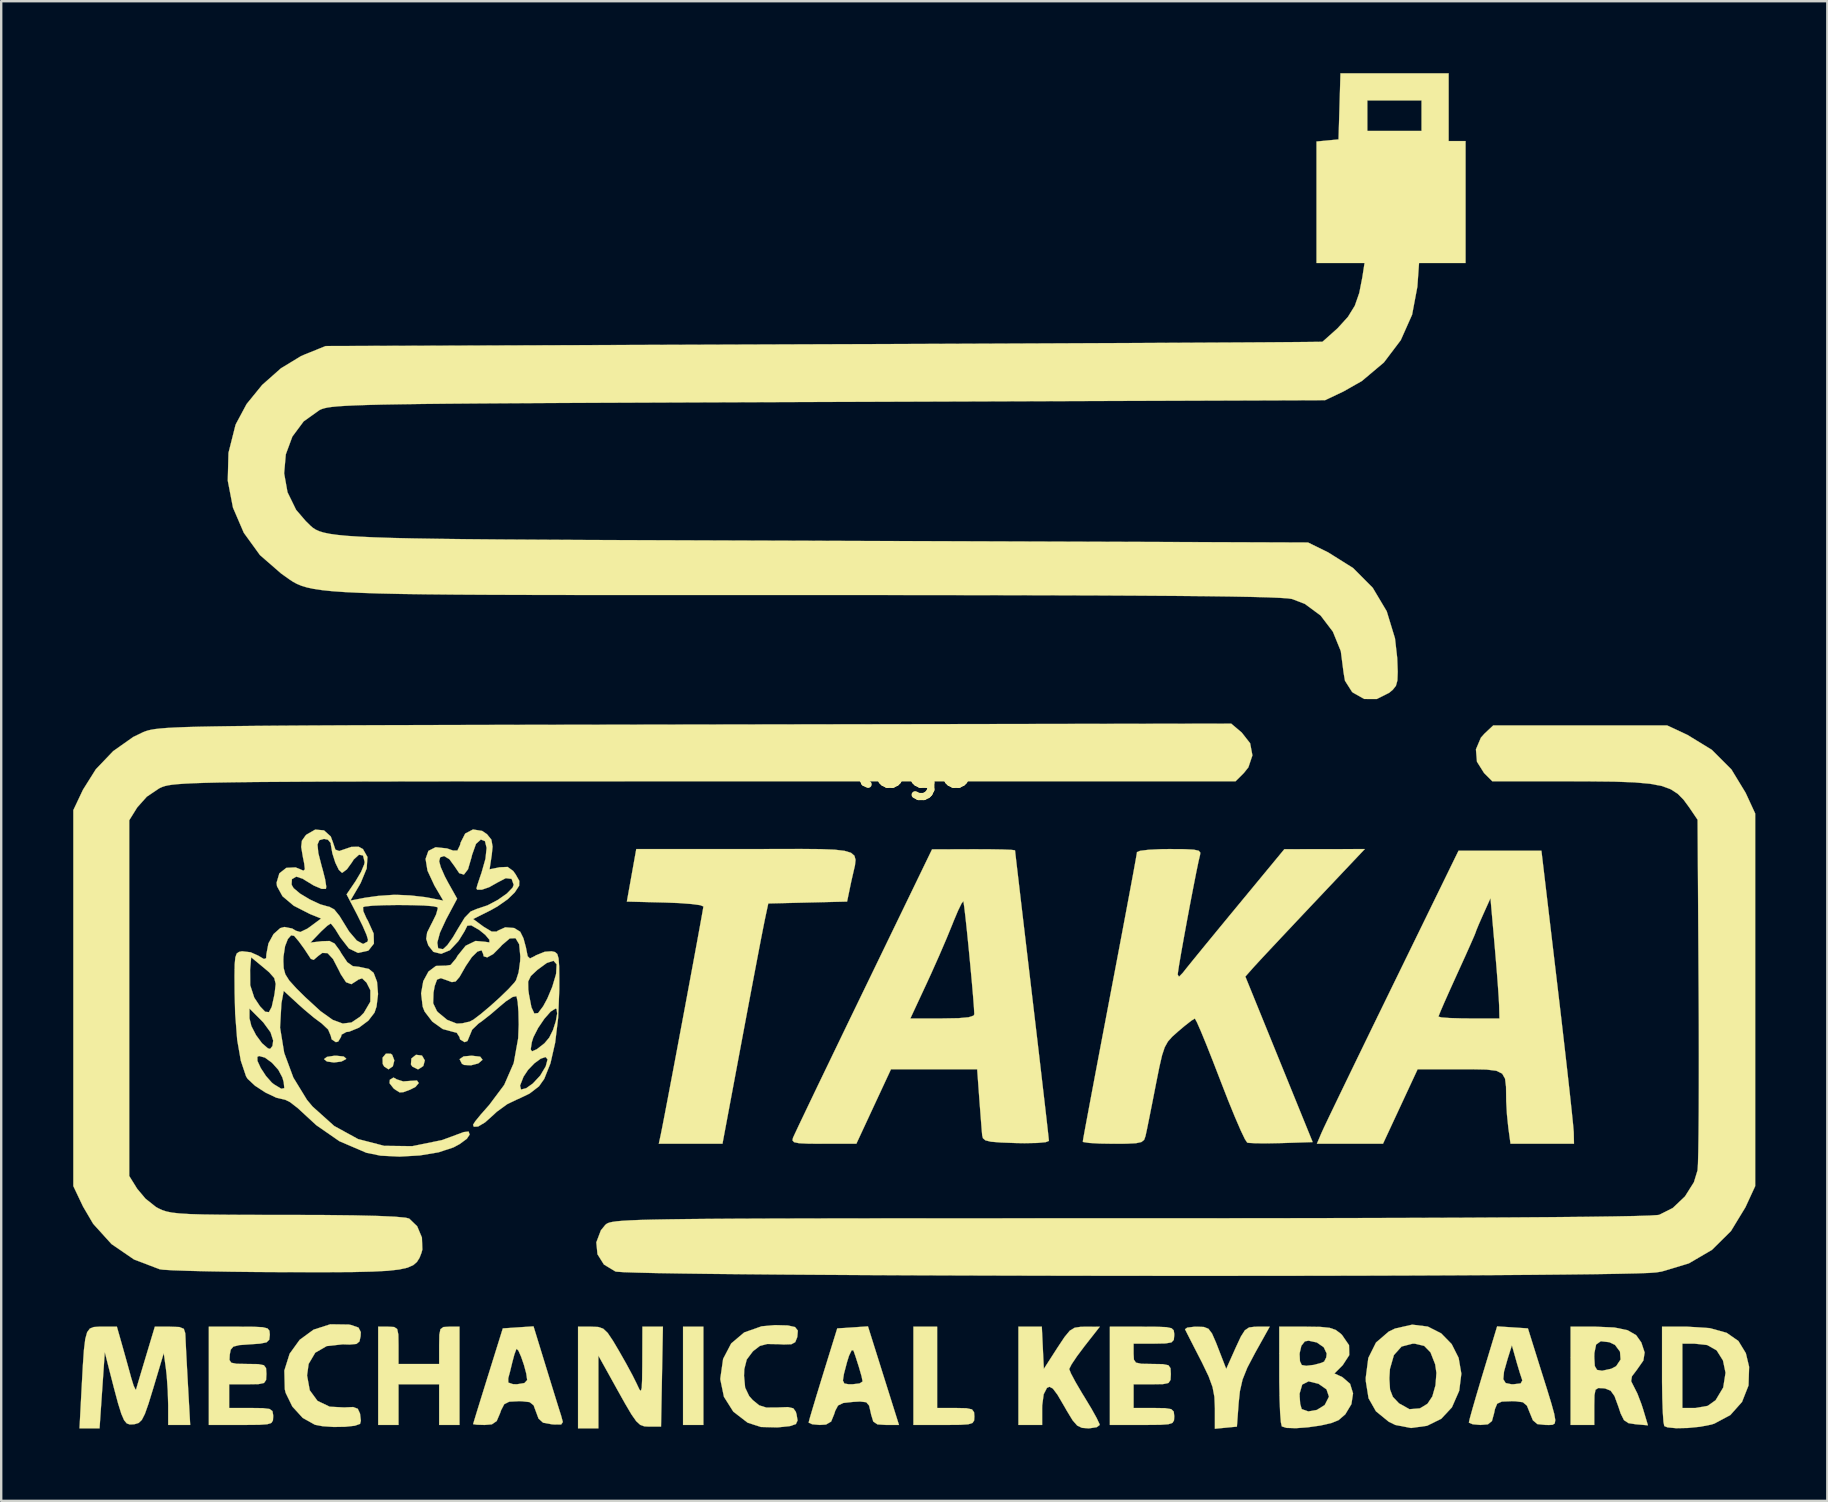
<source format=kicad_pcb>
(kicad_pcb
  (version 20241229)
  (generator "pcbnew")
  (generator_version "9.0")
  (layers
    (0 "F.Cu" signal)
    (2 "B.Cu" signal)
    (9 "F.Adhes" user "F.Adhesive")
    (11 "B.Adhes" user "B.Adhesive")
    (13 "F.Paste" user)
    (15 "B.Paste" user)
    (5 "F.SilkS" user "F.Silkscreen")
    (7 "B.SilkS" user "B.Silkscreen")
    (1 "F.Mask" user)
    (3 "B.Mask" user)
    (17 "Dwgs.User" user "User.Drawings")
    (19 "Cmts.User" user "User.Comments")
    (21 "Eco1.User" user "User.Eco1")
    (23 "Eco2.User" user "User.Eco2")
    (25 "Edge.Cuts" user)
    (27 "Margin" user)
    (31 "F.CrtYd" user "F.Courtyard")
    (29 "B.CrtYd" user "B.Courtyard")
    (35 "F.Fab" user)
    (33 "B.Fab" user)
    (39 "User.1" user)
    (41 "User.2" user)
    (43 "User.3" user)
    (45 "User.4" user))
  (footprint "logo"
    (layer "F.Cu")
    (at 35 28.933)
    (property "Reference" "logo" (at 0 0 0) (layer "F.SilkS") (effects (font (size 1.524 1.524) (thickness 0.3))))
    (attr through_hole)
    (fp_poly (pts (xy -8.749 27.376) (xy -9.596 27.376) (xy -9.596 23.283) (xy -8.749 23.283) (xy -8.749 27.376)) (stroke (width 0.01) (type solid)) (fill yes) (layer "F.SilkS"))
    (fp_poly (pts (xy -20.471 11.988) (xy -20.353 12.189) (xy -20.416 12.424) (xy -20.616 12.556) (xy -20.653 12.559) (xy -20.877 12.445) (xy -20.932 12.358) (xy -20.912 12.109) (xy -20.72 11.957) (xy -20.471 11.988)) (stroke (width 0.01) (type solid)) (fill yes) (layer "F.SilkS"))
    (fp_poly (pts (xy -23.73 12.028) (xy -23.628 12.116) (xy -23.636 12.136) (xy -23.827 12.237) (xy -24.138 12.277) (xy -24.432 12.235) (xy -24.553 12.136) (xy -24.429 12.043) (xy -24.123 11.996) (xy -24.051 11.994) (xy -23.73 12.028)) (stroke (width 0.01) (type solid)) (fill yes) (layer "F.SilkS"))
    (fp_poly (pts (xy -21.77 11.912) (xy -21.712 11.957) (xy -21.623 12.189) (xy -21.685 12.436) (xy -21.861 12.559) (xy -21.872 12.559) (xy -22.046 12.446) (xy -22.107 12.338) (xy -22.113 12.077) (xy -21.973 11.908) (xy -21.77 11.912)) (stroke (width 0.01) (type solid)) (fill yes) (layer "F.SilkS"))
    (fp_poly (pts (xy -18.046 12.035) (xy -17.952 12.157) (xy -17.956 12.171) (xy -18.126 12.316) (xy -18.429 12.395) (xy -18.717 12.38) (xy -18.808 12.33) (xy -18.906 12.137) (xy -18.737 12.024) (xy -18.403 11.994) (xy -18.046 12.035)) (stroke (width 0.01) (type solid)) (fill yes) (layer "F.SilkS"))
    (fp_poly (pts (xy -21.52 12.981) (xy -21.253 13.066) (xy -20.968 13.044) (xy -20.681 13.027) (xy -20.605 13.133) (xy -20.743 13.296) (xy -20.964 13.409) (xy -21.249 13.514) (xy -21.403 13.523) (xy -21.565 13.423) (xy -21.655 13.356) (xy -21.823 13.14) (xy -21.811 12.997) (xy -21.658 12.903) (xy -21.52 12.981)) (stroke (width 0.01) (type solid)) (fill yes) (layer "F.SilkS"))
    (fp_poly (pts (xy 0.988 26.67) (xy 1.764 26.67) (xy 2.208 26.679) (xy 2.44 26.728) (xy 2.527 26.847) (xy 2.54 27.023) (xy 2.53 27.19) (xy 2.463 27.293) (xy 2.286 27.349) (xy 1.944 27.371) (xy 1.382 27.376) (xy 1.27 27.376) (xy 0 27.376) (xy 0 23.283) (xy 0.988 23.283) (xy 0.988 26.67)) (stroke (width 0.01) (type solid)) (fill yes) (layer "F.SilkS"))
    (fp_poly (pts (xy -21.63 23.296) (xy -21.504 23.382) (xy -21.456 23.609) (xy -21.449 24.048) (xy -21.449 24.836) (xy -19.756 24.836) (xy -19.756 24.059) (xy -19.748 23.616) (xy -19.702 23.385) (xy -19.578 23.297) (xy -19.339 23.283) (xy -19.332 23.283) (xy -18.909 23.283) (xy -18.909 27.376) (xy -19.756 27.376) (xy -19.756 25.682) (xy -21.449 25.682) (xy -21.449 27.376) (xy -22.296 27.376) (xy -22.296 23.283) (xy -21.872 23.283) (xy -21.63 23.296)) (stroke (width 0.01) (type solid)) (fill yes) (layer "F.SilkS"))
    (fp_poly (pts (xy -13.129 23.295) (xy -12.923 23.365) (xy -12.736 23.541) (xy -12.512 23.874) (xy -12.275 24.275) (xy -11.971 24.809) (xy -11.7 25.311) (xy -11.515 25.682) (xy -11.498 25.721) (xy -11.409 25.907) (xy -11.352 25.956) (xy -11.318 25.832) (xy -11.302 25.502) (xy -11.295 24.934) (xy -11.294 24.73) (xy -11.289 23.283) (xy -10.435 23.283) (xy -10.513 27.446) (xy -10.997 27.446) (xy -11.207 27.435) (xy -11.378 27.374) (xy -11.546 27.221) (xy -11.747 26.935) (xy -12.017 26.476) (xy -12.302 25.967) (xy -13.123 24.488) (xy -13.123 27.517) (xy -13.97 27.517) (xy -13.97 23.283) (xy -13.412 23.283) (xy -13.129 23.295)) (stroke (width 0.01) (type solid)) (fill yes) (layer "F.SilkS"))
    (fp_poly (pts (xy 14.232 24.377) (xy 13.909 24.991) (xy 13.711 25.485) (xy 13.601 25.969) (xy 13.549 26.458) (xy 13.476 27.446) (xy 13.018 27.49) (xy 12.559 27.535) (xy 12.559 26.676) (xy 12.539 26.208) (xy 12.461 25.797) (xy 12.297 25.349) (xy 12.019 24.77) (xy 11.96 24.656) (xy 11.693 24.136) (xy 11.476 23.711) (xy 11.341 23.444) (xy 11.314 23.389) (xy 11.406 23.322) (xy 11.695 23.286) (xy 11.807 23.283) (xy 12.1 23.295) (xy 12.291 23.37) (xy 12.439 23.567) (xy 12.605 23.945) (xy 12.69 24.163) (xy 13.031 25.042) (xy 13.423 24.163) (xy 13.64 23.697) (xy 13.806 23.434) (xy 13.982 23.315) (xy 14.225 23.284) (xy 14.329 23.283) (xy 14.842 23.283) (xy 14.232 24.377)) (stroke (width 0.01) (type solid)) (fill yes) (layer "F.SilkS"))
    (fp_poly (pts (xy 33.179 23.344) (xy 33.877 23.538) (xy 34.368 23.88) (xy 34.677 24.387) (xy 34.813 24.955) (xy 34.788 25.732) (xy 34.518 26.417) (xy 34.033 26.962) (xy 33.362 27.322) (xy 33.232 27.362) (xy 32.774 27.451) (xy 32.259 27.502) (xy 31.775 27.512) (xy 31.414 27.477) (xy 31.28 27.423) (xy 31.246 27.255) (xy 31.218 26.858) (xy 31.197 26.285) (xy 31.186 25.589) (xy 31.186 25.306) (xy 31.186 23.989) (xy 32.032 23.989) (xy 32.032 26.67) (xy 32.572 26.67) (xy 33.087 26.581) (xy 33.417 26.346) (xy 33.734 25.817) (xy 33.831 25.202) (xy 33.724 24.69) (xy 33.46 24.269) (xy 33.068 24.048) (xy 32.535 23.989) (xy 32.032 23.989) (xy 31.186 23.989) (xy 31.186 23.283) (xy 32.248 23.283) (xy 33.179 23.344)) (stroke (width 0.01) (type solid)) (fill yes) (layer "F.SilkS"))
    (fp_poly (pts (xy -23.518 23.194) (xy -23.419 23.214) (xy -23.116 23.32) (xy -23.02 23.508) (xy -23.028 23.679) (xy -23.075 23.897) (xy -23.2 24.001) (xy -23.48 24.027) (xy -23.777 24.018) (xy -24.441 24.091) (xy -24.918 24.367) (xy -25.193 24.833) (xy -25.259 25.314) (xy -25.146 25.933) (xy -24.823 26.374) (xy -24.314 26.616) (xy -23.716 26.647) (xy -23.337 26.63) (xy -23.146 26.702) (xy -23.055 26.898) (xy -23.05 26.919) (xy -23.017 27.205) (xy -23.052 27.332) (xy -23.269 27.409) (xy -23.667 27.452) (xy -24.148 27.46) (xy -24.611 27.429) (xy -24.93 27.369) (xy -25.439 27.084) (xy -25.872 26.61) (xy -26.15 26.041) (xy -26.186 25.89) (xy -26.205 25.109) (xy -25.985 24.409) (xy -25.566 23.829) (xy -24.988 23.407) (xy -24.292 23.183) (xy -23.518 23.194)) (stroke (width 0.01) (type solid)) (fill yes) (layer "F.SilkS"))
    (fp_poly (pts (xy 5.391 24.162) (xy 5.433 25.041) (xy 5.997 24.163) (xy 6.296 23.713) (xy 6.513 23.45) (xy 6.718 23.326) (xy 6.978 23.287) (xy 7.163 23.285) (xy 7.765 23.283) (xy 7.128 24.095) (xy 6.817 24.51) (xy 6.59 24.848) (xy 6.492 25.042) (xy 6.491 25.051) (xy 6.562 25.23) (xy 6.749 25.582) (xy 7.018 26.041) (xy 7.126 26.216) (xy 7.416 26.697) (xy 7.636 27.092) (xy 7.752 27.338) (xy 7.761 27.377) (xy 7.637 27.47) (xy 7.334 27.516) (xy 7.279 27.517) (xy 7.021 27.497) (xy 6.824 27.403) (xy 6.632 27.183) (xy 6.388 26.782) (xy 6.28 26.592) (xy 6.002 26.118) (xy 5.81 25.862) (xy 5.668 25.786) (xy 5.563 25.833) (xy 5.427 26.096) (xy 5.365 26.563) (xy 5.362 26.687) (xy 5.362 27.376) (xy 4.374 27.376) (xy 4.374 23.283) (xy 5.349 23.283) (xy 5.391 24.162)) (stroke (width 0.01) (type solid)) (fill yes) (layer "F.SilkS"))
    (fp_poly (pts (xy 21.428 23.278) (xy 21.986 23.561) (xy 22.423 24.008) (xy 22.712 24.581) (xy 22.826 25.241) (xy 22.737 25.951) (xy 22.433 26.643) (xy 21.99 27.118) (xy 21.397 27.411) (xy 20.732 27.503) (xy 20.076 27.377) (xy 19.799 27.241) (xy 19.268 26.808) (xy 18.96 26.265) (xy 18.846 25.556) (xy 18.844 25.441) (xy 19.826 25.441) (xy 19.855 25.902) (xy 19.972 26.205) (xy 20.224 26.472) (xy 20.228 26.476) (xy 20.665 26.72) (xy 21.099 26.685) (xy 21.413 26.495) (xy 21.617 26.189) (xy 21.749 25.722) (xy 21.787 25.208) (xy 21.735 24.849) (xy 21.54 24.352) (xy 21.278 24.083) (xy 20.891 23.991) (xy 20.8 23.989) (xy 20.335 24.11) (xy 20.016 24.466) (xy 19.85 25.045) (xy 19.826 25.441) (xy 18.844 25.441) (xy 18.843 25.409) (xy 18.95 24.585) (xy 19.27 23.943) (xy 19.8 23.487) (xy 20.064 23.36) (xy 20.779 23.198) (xy 21.428 23.278)) (stroke (width 0.01) (type solid)) (fill yes) (layer "F.SilkS"))
    (fp_poly (pts (xy -5.232 23.231) (xy -4.931 23.298) (xy -4.815 23.445) (xy -4.836 23.699) (xy -4.845 23.735) (xy -4.923 23.927) (xy -5.082 24.014) (xy -5.403 24.024) (xy -5.631 24.011) (xy -6.093 24.004) (xy -6.396 24.084) (xy -6.661 24.288) (xy -6.696 24.322) (xy -6.943 24.651) (xy -7.045 25.053) (xy -7.056 25.329) (xy -7.01 25.82) (xy -6.843 26.17) (xy -6.696 26.337) (xy -6.424 26.559) (xy -6.127 26.652) (xy -5.683 26.651) (xy -5.644 26.648) (xy -5.225 26.632) (xy -5.004 26.682) (xy -4.899 26.827) (xy -4.868 26.934) (xy -4.826 27.189) (xy -4.895 27.339) (xy -5.131 27.421) (xy -5.586 27.471) (xy -5.68 27.478) (xy -6.356 27.461) (xy -6.901 27.283) (xy -6.912 27.278) (xy -7.503 26.822) (xy -7.893 26.204) (xy -8.043 25.483) (xy -8.043 25.436) (xy -7.927 24.624) (xy -7.591 23.981) (xy -7.05 23.523) (xy -6.324 23.267) (xy -5.766 23.217) (xy -5.232 23.231)) (stroke (width 0.01) (type solid)) (fill yes) (layer "F.SilkS"))
    (fp_poly (pts (xy 10.146 23.286) (xy 10.538 23.302) (xy 10.753 23.347) (xy 10.844 23.434) (xy 10.865 23.576) (xy 10.866 23.636) (xy 10.848 23.832) (xy 10.75 23.937) (xy 10.505 23.98) (xy 10.049 23.989) (xy 10.019 23.989) (xy 9.172 23.989) (xy 9.172 24.412) (xy 9.185 24.654) (xy 9.271 24.78) (xy 9.498 24.828) (xy 9.936 24.836) (xy 9.948 24.836) (xy 10.392 24.843) (xy 10.623 24.889) (xy 10.711 25.013) (xy 10.724 25.252) (xy 10.724 25.259) (xy 10.711 25.501) (xy 10.626 25.627) (xy 10.399 25.675) (xy 9.96 25.682) (xy 9.172 25.682) (xy 9.172 26.67) (xy 10.019 26.67) (xy 10.488 26.677) (xy 10.741 26.718) (xy 10.845 26.82) (xy 10.866 27.01) (xy 10.866 27.023) (xy 10.856 27.186) (xy 10.793 27.289) (xy 10.623 27.346) (xy 10.294 27.37) (xy 9.752 27.375) (xy 9.525 27.376) (xy 8.184 27.376) (xy 8.184 23.283) (xy 9.525 23.283) (xy 10.146 23.286)) (stroke (width 0.01) (type solid)) (fill yes) (layer "F.SilkS"))
    (fp_poly (pts (xy -27.48 23.286) (xy -27.107 23.305) (xy -26.907 23.354) (xy -26.827 23.449) (xy -26.811 23.604) (xy -26.811 23.629) (xy -26.834 23.825) (xy -26.946 23.935) (xy -27.215 23.989) (xy -27.622 24.017) (xy -28.081 24.05) (xy -28.33 24.113) (xy -28.439 24.241) (xy -28.479 24.448) (xy -28.49 24.668) (xy -28.417 24.784) (xy -28.192 24.828) (xy -27.753 24.836) (xy -27.738 24.836) (xy -27.291 24.842) (xy -27.057 24.888) (xy -26.967 25.009) (xy -26.952 25.243) (xy -26.952 25.259) (xy -26.965 25.501) (xy -27.051 25.627) (xy -27.278 25.675) (xy -27.716 25.682) (xy -28.504 25.682) (xy -28.504 26.67) (xy -27.587 26.67) (xy -27.094 26.676) (xy -26.82 26.711) (xy -26.7 26.799) (xy -26.671 26.965) (xy -26.67 27.023) (xy -26.679 27.186) (xy -26.742 27.289) (xy -26.912 27.346) (xy -27.242 27.37) (xy -27.784 27.375) (xy -28.011 27.376) (xy -29.351 27.376) (xy -29.351 23.283) (xy -28.081 23.283) (xy -27.48 23.286)) (stroke (width 0.01) (type solid)) (fill yes) (layer "F.SilkS"))
    (fp_poly (pts (xy -3.874 3.389) (xy -3.282 3.412) (xy -2.866 3.461) (xy -2.6 3.542) (xy -2.457 3.664) (xy -2.41 3.835) (xy -2.434 4.064) (xy -2.502 4.357) (xy -2.586 4.724) (xy -2.587 4.727) (xy -2.763 5.574) (xy -6.046 5.653) (xy -6.188 6.319) (xy -6.249 6.623) (xy -6.355 7.164) (xy -6.496 7.902) (xy -6.666 8.796) (xy -6.857 9.807) (xy -7.061 10.893) (xy -7.142 11.324) (xy -7.954 15.663) (xy -10.606 15.663) (xy -10.523 15.275) (xy -10.462 14.969) (xy -10.361 14.449) (xy -10.228 13.753) (xy -10.07 12.922) (xy -9.895 11.995) (xy -9.711 11.011) (xy -9.523 10.009) (xy -9.341 9.028) (xy -9.17 8.108) (xy -9.019 7.289) (xy -8.895 6.609) (xy -8.804 6.107) (xy -8.755 5.824) (xy -8.749 5.777) (xy -8.881 5.724) (xy -9.238 5.676) (xy -9.766 5.636) (xy -10.343 5.614) (xy -11.937 5.574) (xy -11.545 3.387) (xy -6.972 3.387) (xy -5.693 3.384) (xy -4.669 3.382) (xy -3.874 3.389)) (stroke (width 0.01) (type solid)) (fill yes) (layer "F.SilkS"))
    (fp_poly (pts (xy -1.247 25.323) (xy -0.601 27.376) (xy -1.141 27.376) (xy -1.498 27.353) (xy -1.672 27.235) (xy -1.762 26.942) (xy -1.775 26.875) (xy -1.846 26.57) (xy -1.966 26.43) (xy -2.222 26.4) (xy -2.517 26.416) (xy -2.923 26.461) (xy -3.139 26.566) (xy -3.258 26.79) (xy -3.297 26.917) (xy -3.427 27.235) (xy -3.64 27.359) (xy -3.901 27.376) (xy -4.216 27.348) (xy -4.362 27.281) (xy -4.363 27.27) (xy -4.32 27.103) (xy -4.207 26.719) (xy -4.042 26.169) (xy -3.845 25.526) (xy -2.937 25.526) (xy -2.877 25.649) (xy -2.702 25.681) (xy -2.54 25.682) (xy -2.243 25.647) (xy -2.117 25.564) (xy -2.117 25.562) (xy -2.159 25.352) (xy -2.269 24.969) (xy -2.416 24.51) (xy -2.5 24.271) (xy -2.574 24.267) (xy -2.683 24.495) (xy -2.767 24.765) (xy -2.895 25.252) (xy -2.937 25.526) (xy -3.845 25.526) (xy -3.838 25.504) (xy -3.763 25.259) (xy -3.173 23.354) (xy -1.893 23.27) (xy -1.247 25.323)) (stroke (width 0.01) (type solid)) (fill yes) (layer "F.SilkS"))
    (fp_poly (pts (xy 29.202 23.317) (xy 29.747 23.429) (xy 30.107 23.636) (xy 30.323 23.941) (xy 30.461 24.358) (xy 30.408 24.693) (xy 30.144 25.07) (xy 30.144 25.07) (xy 29.931 25.352) (xy 29.899 25.554) (xy 30.001 25.756) (xy 30.159 26.069) (xy 30.33 26.516) (xy 30.397 26.722) (xy 30.598 27.391) (xy 30.091 27.348) (xy 29.786 27.301) (xy 29.6 27.176) (xy 29.462 26.9) (xy 29.362 26.599) (xy 29.205 26.172) (xy 29.044 25.949) (xy 28.821 25.859) (xy 28.751 25.849) (xy 28.531 25.838) (xy 28.415 25.911) (xy 28.371 26.135) (xy 28.363 26.575) (xy 28.363 26.59) (xy 28.363 27.376) (xy 27.376 27.376) (xy 27.376 24.562) (xy 28.363 24.562) (xy 28.385 24.923) (xy 28.479 25.083) (xy 28.689 25.118) (xy 29.071 25.035) (xy 29.274 24.928) (xy 29.459 24.65) (xy 29.434 24.322) (xy 29.226 24.042) (xy 28.993 23.93) (xy 28.635 23.889) (xy 28.44 24.025) (xy 28.368 24.378) (xy 28.363 24.562) (xy 27.376 24.562) (xy 27.376 23.283) (xy 28.427 23.283) (xy 29.202 23.317)) (stroke (width 0.01) (type solid)) (fill yes) (layer "F.SilkS"))
    (fp_poly (pts (xy 24.957 23.312) (xy 25.599 23.354) (xy 26.121 25.022) (xy 26.389 25.872) (xy 26.578 26.49) (xy 26.694 26.911) (xy 26.739 27.173) (xy 26.716 27.313) (xy 26.628 27.369) (xy 26.48 27.378) (xy 26.331 27.376) (xy 25.993 27.341) (xy 25.806 27.183) (xy 25.682 26.882) (xy 25.557 26.573) (xy 25.388 26.43) (xy 25.075 26.389) (xy 24.902 26.388) (xy 24.514 26.403) (xy 24.319 26.49) (xy 24.226 26.712) (xy 24.191 26.882) (xy 24.1 27.214) (xy 23.933 27.35) (xy 23.62 27.376) (xy 23.299 27.348) (xy 23.143 27.281) (xy 23.14 27.27) (xy 23.178 27.104) (xy 23.284 26.719) (xy 23.444 26.166) (xy 23.643 25.496) (xy 23.65 25.472) (xy 24.573 25.472) (xy 24.673 25.631) (xy 24.914 25.681) (xy 24.992 25.682) (xy 25.295 25.646) (xy 25.365 25.523) (xy 25.352 25.479) (xy 25.267 25.223) (xy 25.147 24.824) (xy 25.103 24.668) (xy 24.931 24.059) (xy 24.753 24.624) (xy 24.603 25.153) (xy 24.573 25.472) (xy 23.65 25.472) (xy 23.727 25.217) (xy 24.316 23.27) (xy 24.957 23.312)) (stroke (width 0.01) (type solid)) (fill yes) (layer "F.SilkS"))
    (fp_poly (pts (xy -15.313 24.934) (xy -15.103 25.617) (xy -14.912 26.234) (xy -14.761 26.719) (xy -14.673 26.996) (xy -14.604 27.254) (xy -14.672 27.356) (xy -14.941 27.358) (xy -15.064 27.349) (xy -15.426 27.283) (xy -15.616 27.112) (xy -15.715 26.846) (xy -15.822 26.557) (xy -15.99 26.425) (xy -16.313 26.389) (xy -16.449 26.388) (xy -16.836 26.407) (xy -17.044 26.51) (xy -17.175 26.762) (xy -17.216 26.882) (xy -17.359 27.214) (xy -17.56 27.351) (xy -17.861 27.376) (xy -18.183 27.367) (xy -18.338 27.344) (xy -18.341 27.34) (xy -18.3 27.201) (xy -18.19 26.84) (xy -18.025 26.306) (xy -17.82 25.647) (xy -17.754 25.435) (xy -16.879 25.435) (xy -16.875 25.611) (xy -16.679 25.677) (xy -16.52 25.682) (xy -16.205 25.631) (xy -16.089 25.506) (xy -16.128 25.234) (xy -16.222 24.882) (xy -16.341 24.536) (xy -16.454 24.282) (xy -16.532 24.205) (xy -16.538 24.212) (xy -16.621 24.434) (xy -16.709 24.765) (xy -16.804 25.156) (xy -16.879 25.435) (xy -17.754 25.435) (xy -17.721 25.329) (xy -17.105 23.354) (xy -16.465 23.311) (xy -15.825 23.269) (xy -15.313 24.934)) (stroke (width 0.01) (type solid)) (fill yes) (layer "F.SilkS"))
    (fp_poly (pts (xy -32.97 24.024) (xy -32.809 24.598) (xy -32.646 25.186) (xy -32.588 25.4) (xy -32.483 25.741) (xy -32.403 25.904) (xy -32.38 25.894) (xy -32.325 25.703) (xy -32.209 25.312) (xy -32.052 24.788) (xy -31.971 24.518) (xy -31.6 23.283) (xy -30.969 23.283) (xy -30.579 23.297) (xy -30.393 23.371) (xy -30.333 23.552) (xy -30.326 23.671) (xy -30.313 23.965) (xy -30.288 24.467) (xy -30.254 25.103) (xy -30.22 25.718) (xy -30.127 27.376) (xy -30.586 27.376) (xy -31.044 27.376) (xy -31.044 26.549) (xy -31.062 25.944) (xy -31.105 25.327) (xy -31.136 25.052) (xy -31.228 24.383) (xy -31.665 25.844) (xy -31.864 26.492) (xy -32.014 26.916) (xy -32.142 27.167) (xy -32.274 27.293) (xy -32.437 27.343) (xy -32.484 27.349) (xy -32.643 27.356) (xy -32.769 27.312) (xy -32.881 27.178) (xy -32.995 26.916) (xy -33.129 26.488) (xy -33.298 25.858) (xy -33.488 25.118) (xy -33.685 24.342) (xy -33.794 25.929) (xy -33.903 27.517) (xy -34.738 27.517) (xy -34.647 25.788) (xy -34.598 24.893) (xy -34.553 24.242) (xy -34.498 23.795) (xy -34.421 23.515) (xy -34.307 23.361) (xy -34.145 23.297) (xy -33.92 23.283) (xy -33.795 23.283) (xy -33.181 23.283) (xy -32.97 24.024)) (stroke (width 0.01) (type solid)) (fill yes) (layer "F.SilkS"))
    (fp_poly (pts (xy 16.959 23.292) (xy 17.339 23.331) (xy 17.592 23.418) (xy 17.797 23.571) (xy 17.857 23.63) (xy 18.147 24.053) (xy 18.156 24.468) (xy 17.884 24.886) (xy 17.871 24.899) (xy 17.538 25.232) (xy 17.867 25.382) (xy 18.19 25.66) (xy 18.314 26.06) (xy 18.246 26.509) (xy 17.991 26.934) (xy 17.711 27.176) (xy 17.411 27.297) (xy 16.957 27.4) (xy 16.437 27.474) (xy 15.936 27.511) (xy 15.542 27.499) (xy 15.346 27.437) (xy 15.308 27.264) (xy 15.276 26.862) (xy 15.253 26.285) (xy 15.251 26.148) (xy 16.087 26.148) (xy 16.112 26.498) (xy 16.174 26.71) (xy 16.181 26.717) (xy 16.45 26.813) (xy 16.807 26.75) (xy 17.122 26.554) (xy 17.14 26.534) (xy 17.311 26.198) (xy 17.208 25.894) (xy 16.876 25.662) (xy 16.461 25.56) (xy 16.196 25.695) (xy 16.089 26.064) (xy 16.087 26.148) (xy 15.251 26.148) (xy 15.241 25.587) (xy 15.24 25.306) (xy 15.24 24.401) (xy 16.086 24.401) (xy 16.103 24.725) (xy 16.178 24.88) (xy 16.364 24.912) (xy 16.684 24.874) (xy 17.006 24.785) (xy 17.11 24.737) (xy 17.198 24.564) (xy 17.216 24.401) (xy 17.094 24.14) (xy 16.804 23.94) (xy 16.461 23.866) (xy 16.307 23.895) (xy 16.161 24.079) (xy 16.086 24.401) (xy 15.24 24.401) (xy 15.24 23.283) (xy 16.375 23.283) (xy 16.959 23.292)) (stroke (width 0.01) (type solid)) (fill yes) (layer "F.SilkS"))
    (fp_poly (pts (xy 26.83 9.102) (xy 26.977 10.35) (xy 27.113 11.526) (xy 27.235 12.596) (xy 27.339 13.527) (xy 27.421 14.287) (xy 27.478 14.842) (xy 27.506 15.16) (xy 27.508 15.205) (xy 27.517 15.663) (xy 24.874 15.663) (xy 24.784 15.009) (xy 24.726 14.453) (xy 24.694 13.892) (xy 24.693 13.774) (xy 24.687 13.289) (xy 24.647 12.953) (xy 24.526 12.741) (xy 24.281 12.622) (xy 23.868 12.571) (xy 23.242 12.559) (xy 22.762 12.559) (xy 21.004 12.559) (xy 19.561 15.663) (xy 16.807 15.663) (xy 17.002 15.205) (xy 17.103 14.984) (xy 17.315 14.538) (xy 17.624 13.896) (xy 18.016 13.084) (xy 18.477 12.132) (xy 18.994 11.068) (xy 19.335 10.367) (xy 21.872 10.367) (xy 22.003 10.4) (xy 22.353 10.426) (xy 22.859 10.44) (xy 23.142 10.442) (xy 24.412 10.442) (xy 24.4 9.913) (xy 24.383 9.578) (xy 24.345 9.031) (xy 24.292 8.342) (xy 24.228 7.582) (xy 24.213 7.408) (xy 24.039 5.433) (xy 23.732 6.115) (xy 23.56 6.505) (xy 23.448 6.776) (xy 23.424 6.848) (xy 23.369 6.988) (xy 23.217 7.335) (xy 22.991 7.841) (xy 22.712 8.455) (xy 22.648 8.595) (xy 22.361 9.229) (xy 22.121 9.767) (xy 21.952 10.159) (xy 21.875 10.355) (xy 21.872 10.367) (xy 19.335 10.367) (xy 19.553 9.92) (xy 19.952 9.102) (xy 22.707 3.457) (xy 26.161 3.457) (xy 26.83 9.102)) (stroke (width 0.01) (type solid)) (fill yes) (layer "F.SilkS"))
    (fp_poly (pts (xy 3.166 3.395) (xy 3.71 3.404) (xy 4.084 3.419) (xy 4.233 3.439) (xy 4.233 3.441) (xy 4.249 3.588) (xy 4.295 3.986) (xy 4.368 4.606) (xy 4.463 5.419) (xy 4.578 6.396) (xy 4.709 7.508) (xy 4.853 8.725) (xy 4.939 9.454) (xy 5.089 10.722) (xy 5.228 11.904) (xy 5.352 12.97) (xy 5.459 13.891) (xy 5.545 14.636) (xy 5.606 15.178) (xy 5.639 15.485) (xy 5.644 15.544) (xy 5.513 15.596) (xy 5.157 15.629) (xy 4.632 15.639) (xy 4.269 15.633) (xy 3.634 15.61) (xy 3.228 15.577) (xy 3 15.521) (xy 2.896 15.432) (xy 2.865 15.311) (xy 2.842 15.045) (xy 2.806 14.582) (xy 2.762 14.008) (xy 2.746 13.794) (xy 2.656 12.559) (xy -0.934 12.559) (xy -1.656 14.111) (xy -2.377 15.663) (xy -3.744 15.663) (xy -4.372 15.659) (xy -4.765 15.64) (xy -4.971 15.597) (xy -5.038 15.521) (xy -5.017 15.416) (xy -4.937 15.242) (xy -4.748 14.84) (xy -4.46 14.237) (xy -4.088 13.459) (xy -3.642 12.533) (xy -3.137 11.485) (xy -2.634 10.442) (xy -0.127 10.442) (xy 1.206 10.442) (xy 1.878 10.431) (xy 2.3 10.393) (xy 2.505 10.325) (xy 2.537 10.266) (xy 2.521 9.975) (xy 2.484 9.495) (xy 2.431 8.881) (xy 2.367 8.191) (xy 2.299 7.481) (xy 2.231 6.808) (xy 2.169 6.229) (xy 2.118 5.8) (xy 2.085 5.578) (xy 2.079 5.56) (xy 2.005 5.653) (xy 1.86 5.951) (xy 1.672 6.396) (xy 1.621 6.526) (xy 1.384 7.104) (xy 1.074 7.825) (xy 0.738 8.578) (xy 0.546 8.996) (xy -0.127 10.442) (xy -2.634 10.442) (xy -2.585 10.341) (xy -2.073 9.284) (xy 0.776 3.399) (xy 2.505 3.393) (xy 3.166 3.395)) (stroke (width 0.01) (type solid)) (fill yes) (layer "F.SilkS"))
    (fp_poly (pts (xy 16.633 5.683) (xy 15.984 6.371) (xy 15.383 7.01) (xy 14.863 7.564) (xy 14.458 7.998) (xy 14.201 8.277) (xy 14.146 8.338) (xy 13.828 8.698) (xy 15.23 12.145) (xy 16.632 15.593) (xy 15.347 15.634) (xy 14.761 15.646) (xy 14.277 15.643) (xy 13.968 15.626) (xy 13.905 15.615) (xy 13.809 15.47) (xy 13.633 15.102) (xy 13.395 14.552) (xy 13.113 13.862) (xy 12.806 13.074) (xy 12.777 12.998) (xy 12.472 12.209) (xy 12.199 11.52) (xy 11.972 10.969) (xy 11.809 10.599) (xy 11.726 10.448) (xy 11.723 10.446) (xy 11.58 10.534) (xy 11.297 10.755) (xy 11.035 10.976) (xy 10.784 11.2) (xy 10.603 11.403) (xy 10.469 11.643) (xy 10.358 11.978) (xy 10.245 12.466) (xy 10.105 13.166) (xy 10.086 13.264) (xy 9.949 13.964) (xy 9.825 14.586) (xy 9.728 15.066) (xy 9.669 15.337) (xy 9.667 15.346) (xy 9.613 15.497) (xy 9.5 15.59) (xy 9.272 15.64) (xy 8.87 15.66) (xy 8.323 15.663) (xy 7.764 15.654) (xy 7.331 15.629) (xy 7.087 15.593) (xy 7.056 15.573) (xy 7.081 15.419) (xy 7.154 15.017) (xy 7.27 14.396) (xy 7.422 13.585) (xy 7.605 12.613) (xy 7.814 11.508) (xy 8.044 10.299) (xy 8.184 9.561) (xy 8.423 8.304) (xy 8.645 7.132) (xy 8.844 6.075) (xy 9.015 5.162) (xy 9.153 4.421) (xy 9.251 3.882) (xy 9.305 3.574) (xy 9.313 3.513) (xy 9.444 3.459) (xy 9.796 3.416) (xy 10.308 3.391) (xy 10.663 3.387) (xy 11.288 3.391) (xy 11.679 3.411) (xy 11.885 3.456) (xy 11.953 3.536) (xy 11.94 3.634) (xy 11.88 3.886) (xy 11.785 4.345) (xy 11.665 4.955) (xy 11.53 5.656) (xy 11.392 6.393) (xy 11.261 7.109) (xy 11.147 7.746) (xy 11.062 8.247) (xy 11.016 8.555) (xy 11.011 8.618) (xy 11.064 8.704) (xy 11.222 8.542) (xy 11.225 8.537) (xy 11.374 8.349) (xy 11.674 7.978) (xy 12.095 7.462) (xy 12.609 6.836) (xy 13.186 6.135) (xy 13.443 5.824) (xy 15.452 3.392) (xy 17.127 3.389) (xy 18.803 3.387) (xy 16.633 5.683)) (stroke (width 0.01) (type solid)) (fill yes) (layer "F.SilkS"))
    (fp_poly (pts (xy 13.674 -1.471) (xy 14.027 -1.021) (xy 14.122 -0.517) (xy 13.954 -0.018) (xy 13.765 0.218) (xy 13.418 0.564) (xy -8.698 0.564) (xy -11.619 0.564) (xy -14.271 0.565) (xy -16.668 0.565) (xy -18.822 0.566) (xy -20.748 0.568) (xy -22.459 0.571) (xy -23.967 0.574) (xy -25.287 0.579) (xy -26.432 0.586) (xy -27.414 0.593) (xy -28.249 0.603) (xy -28.948 0.614) (xy -29.525 0.628) (xy -29.994 0.644) (xy -30.368 0.662) (xy -30.66 0.683) (xy -30.884 0.706) (xy -31.053 0.733) (xy -31.181 0.762) (xy -31.28 0.795) (xy -31.365 0.831) (xy -31.418 0.857) (xy -31.934 1.204) (xy -32.333 1.651) (xy -32.344 1.668) (xy -32.667 2.187) (xy -32.667 17.004) (xy -32.336 17.537) (xy -31.989 17.951) (xy -31.552 18.297) (xy -31.459 18.349) (xy -31.297 18.424) (xy -31.116 18.484) (xy -30.883 18.531) (xy -30.569 18.566) (xy -30.142 18.592) (xy -29.57 18.609) (xy -28.823 18.619) (xy -27.868 18.625) (xy -26.676 18.627) (xy -26.102 18.627) (xy -24.575 18.631) (xy -23.313 18.645) (xy -22.32 18.669) (xy -21.599 18.701) (xy -21.154 18.742) (xy -21.005 18.779) (xy -20.671 19.1) (xy -20.474 19.569) (xy -20.456 20.069) (xy -20.493 20.209) (xy -20.575 20.417) (xy -20.682 20.587) (xy -20.839 20.721) (xy -21.077 20.825) (xy -21.421 20.901) (xy -21.899 20.955) (xy -22.54 20.988) (xy -23.371 21.007) (xy -24.419 21.013) (xy -25.713 21.012) (xy -26.204 21.011) (xy -27.356 21.005) (xy -28.432 20.993) (xy -29.397 20.976) (xy -30.215 20.956) (xy -30.848 20.934) (xy -31.261 20.909) (xy -31.397 20.891) (xy -32.468 20.483) (xy -33.405 19.841) (xy -34.168 18.998) (xy -34.593 18.274) (xy -34.995 17.427) (xy -34.995 1.764) (xy -34.593 0.914) (xy -34.059 0.064) (xy -33.335 -0.694) (xy -32.5 -1.283) (xy -32.089 -1.482) (xy -31.994 -1.519) (xy -31.889 -1.553) (xy -31.761 -1.583) (xy -31.597 -1.611) (xy -31.383 -1.635) (xy -31.107 -1.658) (xy -30.754 -1.677) (xy -30.312 -1.695) (xy -29.766 -1.71) (xy -29.105 -1.723) (xy -28.313 -1.735) (xy -27.379 -1.745) (xy -26.288 -1.754) (xy -25.027 -1.762) (xy -23.584 -1.769) (xy -21.943 -1.775) (xy -20.093 -1.78) (xy -18.02 -1.785) (xy -15.71 -1.79) (xy -13.15 -1.794) (xy -10.326 -1.799) (xy -9.08 -1.801) (xy 13.238 -1.839) (xy 13.674 -1.471)) (stroke (width 0.01) (type solid)) (fill yes) (layer "F.SilkS"))
    (fp_poly (pts (xy 32.244 -1.369) (xy 33.259 -0.748) (xy 34.076 0.07) (xy 34.667 1.042) (xy 35.066 1.905) (xy 35.066 17.427) (xy 34.659 18.309) (xy 34.057 19.299) (xy 33.267 20.081) (xy 32.302 20.646) (xy 31.174 20.985) (xy 30.945 21.022) (xy 30.658 21.043) (xy 30.115 21.063) (xy 29.333 21.08) (xy 28.331 21.096) (xy 27.13 21.11) (xy 25.747 21.123) (xy 24.202 21.134) (xy 22.514 21.143) (xy 20.701 21.151) (xy 18.783 21.157) (xy 16.779 21.161) (xy 14.708 21.164) (xy 12.588 21.165) (xy 10.44 21.165) (xy 8.281 21.163) (xy 6.131 21.16) (xy 4.008 21.155) (xy 1.933 21.149) (xy -0.077 21.142) (xy -2.002 21.133) (xy -3.823 21.122) (xy -5.521 21.111) (xy -7.077 21.097) (xy -8.472 21.083) (xy -9.688 21.067) (xy -10.704 21.05) (xy -11.503 21.031) (xy -12.065 21.012) (xy -12.371 20.991) (xy -12.416 20.982) (xy -12.892 20.694) (xy -13.161 20.266) (xy -13.209 19.769) (xy -13.02 19.27) (xy -12.838 19.046) (xy -12.796 19.009) (xy -12.741 18.975) (xy -12.66 18.945) (xy -12.538 18.918) (xy -12.362 18.893) (xy -12.12 18.872) (xy -11.797 18.853) (xy -11.381 18.836) (xy -10.858 18.822) (xy -10.215 18.81) (xy -9.437 18.8) (xy -8.513 18.791) (xy -7.429 18.784) (xy -6.17 18.779) (xy -4.725 18.775) (xy -3.079 18.772) (xy -1.22 18.77) (xy 0.867 18.768) (xy 3.194 18.768) (xy 5.776 18.767) (xy 8.624 18.767) (xy 8.996 18.767) (xy 12.282 18.766) (xy 15.312 18.763) (xy 18.083 18.758) (xy 20.594 18.751) (xy 22.84 18.743) (xy 24.822 18.732) (xy 26.535 18.72) (xy 27.978 18.706) (xy 29.149 18.69) (xy 30.046 18.673) (xy 30.666 18.654) (xy 31.006 18.632) (xy 31.066 18.623) (xy 31.634 18.337) (xy 32.142 17.855) (xy 32.514 17.263) (xy 32.665 16.768) (xy 32.682 16.507) (xy 32.696 15.995) (xy 32.707 15.26) (xy 32.715 14.333) (xy 32.719 13.244) (xy 32.72 12.023) (xy 32.718 10.701) (xy 32.711 9.306) (xy 32.71 9.162) (xy 32.667 2.166) (xy 32.314 1.645) (xy 32.083 1.331) (xy 31.84 1.084) (xy 31.55 0.896) (xy 31.176 0.759) (xy 30.682 0.666) (xy 30.034 0.608) (xy 29.193 0.577) (xy 28.126 0.566) (xy 27.466 0.564) (xy 24.117 0.564) (xy 23.771 0.218) (xy 23.476 -0.251) (xy 23.433 -0.767) (xy 23.64 -1.255) (xy 23.789 -1.422) (xy 24.154 -1.764) (xy 31.397 -1.764) (xy 32.244 -1.369)) (stroke (width 0.01) (type solid)) (fill yes) (layer "F.SilkS"))
    (fp_poly (pts (xy 22.296 -26.106) (xy 23.001 -26.106) (xy 23.001 -21.026) (xy 21.063 -21.026) (xy 20.993 -20.037) (xy 20.774 -18.874) (xy 20.302 -17.813) (xy 19.598 -16.883) (xy 18.681 -16.111) (xy 17.921 -15.679) (xy 17.145 -15.311) (xy -3.528 -15.24) (xy -6.351 -15.23) (xy -8.906 -15.221) (xy -11.206 -15.212) (xy -13.265 -15.204) (xy -15.097 -15.195) (xy -16.716 -15.186) (xy -18.136 -15.177) (xy -19.37 -15.167) (xy -20.432 -15.156) (xy -21.337 -15.143) (xy -22.097 -15.13) (xy -22.726 -15.114) (xy -23.239 -15.097) (xy -23.649 -15.078) (xy -23.971 -15.057) (xy -24.217 -15.033) (xy -24.401 -15.007) (xy -24.538 -14.977) (xy -24.641 -14.945) (xy -24.725 -14.909) (xy -24.738 -14.903) (xy -25.4 -14.43) (xy -25.871 -13.797) (xy -26.144 -13.057) (xy -26.214 -12.266) (xy -26.073 -11.477) (xy -25.715 -10.744) (xy -25.312 -10.275) (xy -25.207 -10.173) (xy -25.114 -10.08) (xy -25.017 -9.997) (xy -24.903 -9.923) (xy -24.758 -9.856) (xy -24.569 -9.798) (xy -24.321 -9.746) (xy -24.001 -9.701) (xy -23.594 -9.661) (xy -23.087 -9.628) (xy -22.466 -9.599) (xy -21.716 -9.574) (xy -20.825 -9.554) (xy -19.779 -9.537) (xy -18.562 -9.522) (xy -17.162 -9.51) (xy -15.565 -9.5) (xy -13.756 -9.49) (xy -11.722 -9.482) (xy -9.449 -9.474) (xy -6.923 -9.465) (xy -4.13 -9.456) (xy -3.81 -9.454) (xy 16.439 -9.384) (xy 17.278 -8.972) (xy 18.318 -8.319) (xy 19.134 -7.498) (xy 19.717 -6.519) (xy 20.061 -5.392) (xy 20.154 -4.572) (xy 20.175 -4.002) (xy 20.162 -3.64) (xy 20.1 -3.414) (xy 19.97 -3.25) (xy 19.821 -3.125) (xy 19.301 -2.864) (xy 18.779 -2.866) (xy 18.307 -3.131) (xy 18.267 -3.169) (xy 17.978 -3.625) (xy 17.921 -3.953) (xy 17.804 -4.859) (xy 17.473 -5.671) (xy 16.962 -6.343) (xy 16.303 -6.828) (xy 15.769 -7.032) (xy 15.59 -7.057) (xy 15.253 -7.079) (xy 14.75 -7.1) (xy 14.069 -7.118) (xy 13.202 -7.134) (xy 12.139 -7.148) (xy 10.871 -7.16) (xy 9.387 -7.17) (xy 7.679 -7.179) (xy 5.736 -7.185) (xy 3.55 -7.19) (xy 1.11 -7.194) (xy -1.593 -7.196) (xy -4.552 -7.197) (xy -7.358 -7.196) (xy -9.896 -7.196) (xy -12.179 -7.196) (xy -14.224 -7.198) (xy -16.043 -7.201) (xy -17.651 -7.206) (xy -19.063 -7.214) (xy -20.292 -7.226) (xy -21.352 -7.241) (xy -22.259 -7.261) (xy -23.026 -7.287) (xy -23.668 -7.318) (xy -24.198 -7.355) (xy -24.632 -7.4) (xy -24.982 -7.452) (xy -25.264 -7.512) (xy -25.492 -7.581) (xy -25.68 -7.659) (xy -25.842 -7.747) (xy -25.993 -7.846) (xy -26.146 -7.955) (xy -26.317 -8.077) (xy -26.339 -8.092) (xy -27.221 -8.86) (xy -27.894 -9.789) (xy -28.345 -10.837) (xy -28.562 -11.961) (xy -28.532 -13.119) (xy -28.242 -14.27) (xy -28.221 -14.323) (xy -27.777 -15.152) (xy -27.129 -15.948) (xy -26.349 -16.639) (xy -25.514 -17.147) (xy -25.329 -17.228) (xy -24.483 -17.568) (xy -3.739 -17.642) (xy -1.343 -17.65) (xy 0.976 -17.659) (xy 3.201 -17.668) (xy 5.317 -17.677) (xy 7.308 -17.686) (xy 9.159 -17.694) (xy 10.854 -17.703) (xy 12.377 -17.711) (xy 13.714 -17.718) (xy 14.847 -17.725) (xy 15.762 -17.732) (xy 16.443 -17.738) (xy 16.875 -17.743) (xy 17.041 -17.747) (xy 17.042 -17.747) (xy 17.667 -18.305) (xy 18.1 -18.781) (xy 18.388 -19.248) (xy 18.573 -19.779) (xy 18.7 -20.426) (xy 18.793 -21.026) (xy 16.792 -21.026) (xy 16.792 -26.088) (xy 17.251 -26.132) (xy 17.709 -26.176) (xy 17.75 -27.552) (xy 17.757 -27.799) (xy 18.909 -27.799) (xy 18.909 -26.529) (xy 21.167 -26.529) (xy 21.167 -27.799) (xy 18.909 -27.799) (xy 17.757 -27.799) (xy 17.79 -28.928) (xy 22.296 -28.928) (xy 22.296 -26.106)) (stroke (width 0.01) (type solid)) (fill yes) (layer "F.SilkS"))
    (fp_poly (pts (xy -17.963 2.631) (xy -17.763 2.767) (xy -17.581 2.993) (xy -17.531 3.283) (xy -17.565 3.629) (xy -17.656 4.23) (xy -17.237 4.146) (xy -16.904 4.131) (xy -16.672 4.299) (xy -16.572 4.438) (xy -16.417 4.712) (xy -16.424 4.913) (xy -16.602 5.185) (xy -16.608 5.194) (xy -16.897 5.474) (xy -17.327 5.776) (xy -17.615 5.938) (xy -18.339 6.301) (xy -17.904 6.622) (xy -17.569 6.823) (xy -17.359 6.823) (xy -17.315 6.788) (xy -17.003 6.647) (xy -16.63 6.675) (xy -16.379 6.831) (xy -16.245 7.102) (xy -16.139 7.493) (xy -16.133 7.529) (xy -16.068 7.852) (xy -15.973 7.943) (xy -15.781 7.849) (xy -15.725 7.813) (xy -15.359 7.665) (xy -15.072 7.644) (xy -14.93 7.676) (xy -14.836 7.757) (xy -14.782 7.938) (xy -14.757 8.269) (xy -14.751 8.801) (xy -14.752 9.243) (xy -14.799 10.417) (xy -14.924 11.453) (xy -15.12 12.313) (xy -15.379 12.96) (xy -15.597 13.269) (xy -15.989 13.571) (xy -16.452 13.794) (xy -16.486 13.805) (xy -16.912 14.008) (xy -17.356 14.33) (xy -17.494 14.46) (xy -17.842 14.771) (xy -18.132 14.944) (xy -18.312 14.953) (xy -18.344 14.872) (xy -18.256 14.732) (xy -18.024 14.447) (xy -17.697 14.076) (xy -17.674 14.051) (xy -17.068 13.241) (xy -16.387 13.241) (xy -16.346 13.404) (xy -16.13 13.348) (xy -15.856 13.155) (xy -15.546 12.823) (xy -15.316 12.436) (xy -15.24 12.148) (xy -15.322 12.049) (xy -15.526 12.119) (xy -15.791 12.313) (xy -16.055 12.588) (xy -16.242 12.869) (xy -16.387 13.241) (xy -17.068 13.241) (xy -17.047 13.213) (xy -16.651 12.304) (xy -16.548 11.732) (xy -15.943 11.732) (xy -15.887 11.812) (xy -15.688 11.725) (xy -15.684 11.723) (xy -15.368 11.476) (xy -15.171 11.241) (xy -15.014 10.925) (xy -14.897 10.561) (xy -14.84 10.239) (xy -14.864 10.048) (xy -14.905 10.029) (xy -15.11 10.156) (xy -15.373 10.455) (xy -15.634 10.84) (xy -15.831 11.226) (xy -15.896 11.431) (xy -15.943 11.732) (xy -16.548 11.732) (xy -16.464 11.265) (xy -16.442 10.701) (xy -16.453 10.172) (xy -16.485 9.756) (xy -16.532 9.532) (xy -16.542 9.517) (xy -16.693 9.546) (xy -16.974 9.729) (xy -17.2 9.918) (xy -17.598 10.26) (xy -17.977 10.558) (xy -18.121 10.659) (xy -18.381 10.91) (xy -18.486 11.164) (xy -18.578 11.384) (xy -18.697 11.43) (xy -18.884 11.317) (xy -18.909 11.218) (xy -19.024 11.039) (xy -19.156 11.006) (xy -19.607 10.884) (xy -20.042 10.573) (xy -20.362 10.155) (xy -20.441 9.956) (xy -20.459 9.809) (xy -20.006 9.809) (xy -19.851 10.132) (xy -19.81 10.18) (xy -19.421 10.502) (xy -19.022 10.657) (xy -18.792 10.645) (xy -18.552 10.588) (xy -18.503 10.583) (xy -18.329 10.492) (xy -18.018 10.256) (xy -17.629 9.929) (xy -17.226 9.565) (xy -16.869 9.219) (xy -16.62 8.946) (xy -16.592 8.907) (xy -16.049 8.907) (xy -16.043 9.239) (xy -16.015 9.442) (xy -15.912 9.977) (xy -15.792 10.235) (xy -15.635 10.218) (xy -15.422 9.933) (xy -15.25 9.615) (xy -15.045 9.127) (xy -14.895 8.624) (xy -14.883 8.566) (xy -14.863 8.186) (xy -14.991 8.041) (xy -15.271 8.13) (xy -15.665 8.419) (xy -15.937 8.675) (xy -16.049 8.907) (xy -16.592 8.907) (xy -16.554 8.853) (xy -16.446 8.52) (xy -16.382 8.055) (xy -16.374 7.863) (xy -16.423 7.352) (xy -16.573 7.099) (xy -16.816 7.11) (xy -17.142 7.388) (xy -17.201 7.457) (xy -17.502 7.759) (xy -17.753 7.899) (xy -17.902 7.854) (xy -17.921 7.761) (xy -17.988 7.604) (xy -18.16 7.656) (xy -18.394 7.886) (xy -18.649 8.263) (xy -18.681 8.32) (xy -18.906 8.713) (xy -19.067 8.901) (xy -19.227 8.929) (xy -19.409 8.861) (xy -19.685 8.764) (xy -19.845 8.825) (xy -19.942 9.091) (xy -19.992 9.37) (xy -20.006 9.809) (xy -20.459 9.809) (xy -20.508 9.396) (xy -20.418 8.889) (xy -20.201 8.489) (xy -19.889 8.255) (xy -19.513 8.243) (xy -19.5 8.247) (xy -19.279 8.214) (xy -19.055 7.947) (xy -18.987 7.828) (xy -18.652 7.414) (xy -18.239 7.214) (xy -17.851 7.248) (xy -17.661 7.276) (xy -17.663 7.165) (xy -17.834 6.961) (xy -18.088 6.755) (xy -18.418 6.565) (xy -18.583 6.579) (xy -18.592 6.597) (xy -18.701 6.813) (xy -18.904 7.143) (xy -18.958 7.225) (xy -19.308 7.6) (xy -19.672 7.75) (xy -19.997 7.668) (xy -20.207 7.402) (xy -20.247 7.28) (xy -19.834 7.28) (xy -19.798 7.519) (xy -19.615 7.555) (xy -19.577 7.543) (xy -19.413 7.387) (xy -19.18 7.056) (xy -18.977 6.71) (xy -18.695 6.247) (xy -18.443 5.987) (xy -18.158 5.868) (xy -18.14 5.865) (xy -17.739 5.73) (xy -17.312 5.504) (xy -16.938 5.242) (xy -16.698 4.995) (xy -16.651 4.875) (xy -16.738 4.628) (xy -16.981 4.6) (xy -17.344 4.789) (xy -17.668 4.973) (xy -17.974 5.078) (xy -18.173 5.077) (xy -18.203 5.027) (xy -18.161 4.874) (xy -18.053 4.55) (xy -17.992 4.374) (xy -17.827 3.791) (xy -17.779 3.337) (xy -17.848 3.056) (xy -18.019 2.989) (xy -18.222 3.171) (xy -18.386 3.632) (xy -18.408 3.729) (xy -18.555 4.23) (xy -18.725 4.45) (xy -18.919 4.392) (xy -19.116 4.101) (xy -19.332 3.807) (xy -19.553 3.676) (xy -19.714 3.73) (xy -19.756 3.895) (xy -19.689 4.14) (xy -19.52 4.524) (xy -19.381 4.787) (xy -19.007 5.453) (xy -19.469 6.32) (xy -19.723 6.87) (xy -19.834 7.28) (xy -20.247 7.28) (xy -20.296 7.127) (xy -20.257 6.862) (xy -20.073 6.493) (xy -20.056 6.464) (xy -19.883 6.111) (xy -19.814 5.864) (xy -19.827 5.809) (xy -20.002 5.768) (xy -20.386 5.738) (xy -20.904 5.722) (xy -21.483 5.717) (xy -22.048 5.725) (xy -22.526 5.745) (xy -22.842 5.778) (xy -22.926 5.805) (xy -22.917 5.97) (xy -22.785 6.27) (xy -22.727 6.369) (xy -22.485 6.905) (xy -22.474 7.324) (xy -22.694 7.605) (xy -22.724 7.623) (xy -23.134 7.713) (xy -23.515 7.528) (xy -23.875 7.064) (xy -23.885 7.047) (xy -24.09 6.715) (xy -24.243 6.517) (xy -24.28 6.492) (xy -24.419 6.584) (xy -24.666 6.812) (xy -24.738 6.886) (xy -25.116 7.281) (xy -24.635 7.225) (xy -24.323 7.216) (xy -24.113 7.321) (xy -23.907 7.601) (xy -23.828 7.737) (xy -23.583 8.1) (xy -23.352 8.264) (xy -23.089 8.293) (xy -22.685 8.38) (xy -22.486 8.542) (xy -22.344 8.916) (xy -22.302 9.426) (xy -22.364 9.945) (xy -22.449 10.201) (xy -22.706 10.534) (xy -23.098 10.827) (xy -23.504 10.993) (xy -23.623 11.007) (xy -23.818 11.114) (xy -23.848 11.218) (xy -23.961 11.405) (xy -24.059 11.43) (xy -24.234 11.313) (xy -24.271 11.164) (xy -24.381 10.904) (xy -24.646 10.653) (xy -24.647 10.652) (xy -24.966 10.415) (xy -25.374 10.074) (xy -25.626 9.849) (xy -26.23 9.293) (xy -26.327 9.811) (xy -26.384 10.82) (xy -26.211 11.877) (xy -25.83 12.906) (xy -25.264 13.831) (xy -25.029 14.113) (xy -24.128 14.922) (xy -23.132 15.468) (xy -22.046 15.749) (xy -20.878 15.763) (xy -19.636 15.51) (xy -18.733 15.176) (xy -18.529 15.153) (xy -18.486 15.28) (xy -18.603 15.456) (xy -18.905 15.677) (xy -19.156 15.813) (xy -19.776 16.018) (xy -20.562 16.149) (xy -21.405 16.198) (xy -22.196 16.159) (xy -22.789 16.038) (xy -23.912 15.556) (xy -24.873 14.89) (xy -25.263 14.531) (xy -25.642 14.181) (xy -25.967 13.929) (xy -26.17 13.829) (xy -26.174 13.829) (xy -26.542 13.743) (xy -26.994 13.528) (xy -27.426 13.246) (xy -27.734 12.959) (xy -27.8 12.854) (xy -28.019 12.202) (xy -28.046 12.041) (xy -27.329 12.041) (xy -27.325 12.213) (xy -27.188 12.508) (xy -26.972 12.838) (xy -26.729 13.113) (xy -26.639 13.185) (xy -26.334 13.37) (xy -26.206 13.347) (xy -26.232 13.095) (xy -26.287 12.901) (xy -26.456 12.582) (xy -26.722 12.286) (xy -27.013 12.074) (xy -27.255 12.007) (xy -27.329 12.041) (xy -28.046 12.041) (xy -28.169 11.339) (xy -28.239 10.436) (xy -27.658 10.436) (xy -27.579 10.759) (xy -27.384 11.137) (xy -27.134 11.476) (xy -26.892 11.685) (xy -26.799 11.712) (xy -26.701 11.592) (xy -26.67 11.364) (xy -26.78 11.02) (xy -27.077 10.613) (xy -27.164 10.522) (xy -27.658 10.028) (xy -27.658 10.436) (xy -28.239 10.436) (xy -28.254 10.241) (xy -28.276 9.384) (xy -28.281 8.67) (xy -28.277 8.414) (xy -27.632 8.414) (xy -27.627 9.058) (xy -27.458 9.576) (xy -27.216 9.94) (xy -27.002 10.164) (xy -26.848 10.179) (xy -26.731 9.962) (xy -26.627 9.491) (xy -26.606 9.367) (xy -26.565 9.003) (xy -26.626 8.759) (xy -26.836 8.521) (xy -27.049 8.34) (xy -27.424 8.029) (xy -26.247 8.029) (xy -26.233 8.347) (xy -26.164 8.602) (xy -26.002 8.86) (xy -25.705 9.189) (xy -25.333 9.557) (xy -24.698 10.139) (xy -24.19 10.501) (xy -23.772 10.655) (xy -23.407 10.61) (xy -23.057 10.375) (xy -22.895 10.211) (xy -22.623 9.745) (xy -22.621 9.268) (xy -22.78 8.952) (xy -22.965 8.772) (xy -23.131 8.827) (xy -23.161 8.855) (xy -23.413 9.015) (xy -23.635 8.933) (xy -23.858 8.594) (xy -23.919 8.466) (xy -24.178 7.966) (xy -24.404 7.722) (xy -24.624 7.713) (xy -24.791 7.837) (xy -24.984 8.003) (xy -25.102 7.96) (xy -25.183 7.836) (xy -25.376 7.543) (xy -25.601 7.234) (xy -25.797 7.002) (xy -25.924 6.981) (xy -26.059 7.135) (xy -26.175 7.432) (xy -26.241 7.866) (xy -26.247 8.029) (xy -27.424 8.029) (xy -27.587 7.894) (xy -27.632 8.414) (xy -28.277 8.414) (xy -28.274 8.19) (xy -28.246 7.896) (xy -28.189 7.738) (xy -28.093 7.67) (xy -27.967 7.644) (xy -27.608 7.686) (xy -27.297 7.824) (xy -27.054 7.967) (xy -26.964 7.933) (xy -26.952 7.757) (xy -26.868 7.318) (xy -26.656 6.929) (xy -26.376 6.679) (xy -26.201 6.632) (xy -25.877 6.696) (xy -25.724 6.788) (xy -25.54 6.842) (xy -25.246 6.701) (xy -25.12 6.612) (xy -24.672 6.28) (xy -25.142 6.091) (xy -25.816 5.746) (xy -26.283 5.351) (xy -26.511 4.935) (xy -26.519 4.87) (xy -25.904 4.87) (xy -25.82 5.014) (xy -25.546 5.244) (xy -25.137 5.489) (xy -24.708 5.689) (xy -24.373 5.784) (xy -24.341 5.786) (xy -24.128 5.899) (xy -23.903 6.177) (xy -23.876 6.223) (xy -23.509 6.818) (xy -23.186 7.198) (xy -22.929 7.338) (xy -22.92 7.338) (xy -22.739 7.242) (xy -22.719 7.167) (xy -22.78 6.962) (xy -22.941 6.59) (xy -23.165 6.135) (xy -23.612 5.274) (xy -23.236 4.721) (xy -23.01 4.34) (xy -22.876 4.02) (xy -22.86 3.927) (xy -22.927 3.655) (xy -23.095 3.621) (xy -23.315 3.822) (xy -23.39 3.941) (xy -23.599 4.23) (xy -23.786 4.371) (xy -23.806 4.374) (xy -23.936 4.252) (xy -24.082 3.951) (xy -24.204 3.568) (xy -24.268 3.203) (xy -24.27 3.14) (xy -24.389 2.997) (xy -24.553 2.963) (xy -24.746 3.015) (xy -24.824 3.199) (xy -24.789 3.555) (xy -24.643 4.125) (xy -24.614 4.222) (xy -24.506 4.645) (xy -24.459 4.95) (xy -24.473 5.046) (xy -24.651 5.045) (xy -24.977 4.907) (xy -25.375 4.665) (xy -25.431 4.626) (xy -25.708 4.535) (xy -25.89 4.642) (xy -25.904 4.87) (xy -26.519 4.87) (xy -26.529 4.788) (xy -26.413 4.398) (xy -26.122 4.169) (xy -25.739 4.15) (xy -25.577 4.214) (xy -25.411 4.287) (xy -25.35 4.23) (xy -25.378 3.988) (xy -25.433 3.718) (xy -25.503 3.299) (xy -25.474 3.039) (xy -25.327 2.829) (xy -25.287 2.787) (xy -24.918 2.575) (xy -24.553 2.608) (xy -24.272 2.861) (xy -24.177 3.116) (xy -24.078 3.41) (xy -23.921 3.468) (xy -23.864 3.449) (xy -23.407 3.294) (xy -23.105 3.292) (xy -22.93 3.387) (xy -22.743 3.717) (xy -22.775 4.194) (xy -23.023 4.794) (xy -23.086 4.906) (xy -23.454 5.533) (xy -22.839 5.413) (xy -22.3 5.338) (xy -21.698 5.296) (xy -21.519 5.293) (xy -20.944 5.319) (xy -20.359 5.386) (xy -20.199 5.413) (xy -19.585 5.533) (xy -19.953 4.906) (xy -20.242 4.285) (xy -20.322 3.796) (xy -20.204 3.463) (xy -19.903 3.31) (xy -19.428 3.36) (xy -19.175 3.449) (xy -18.996 3.447) (xy -18.886 3.221) (xy -18.862 3.116) (xy -18.672 2.741) (xy -18.346 2.57) (xy -17.963 2.631)) (stroke (width 0.01) (type solid)) (fill yes) (layer "F.SilkS")))
  (gr_rect
    (start -3 -3)
    (end 73.071 59.472)
    (stroke (width 0.1) (type default))
    (fill no)
    (layer "Edge.Cuts")))
</source>
